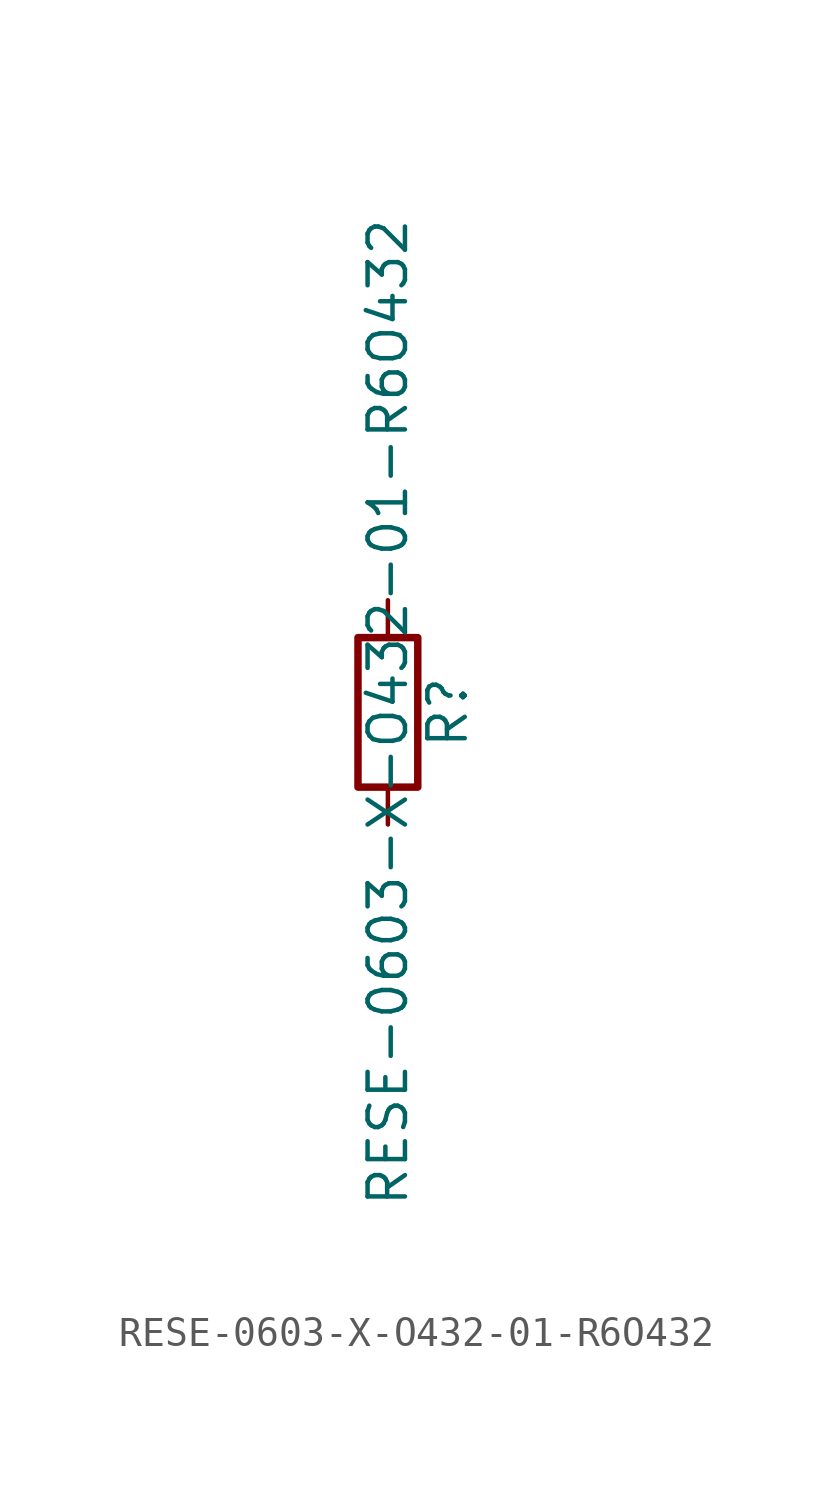
<source format=kicad_sym>
(kicad_symbol_lib
  (version 20211014)
  (generator kicad_symbol_editor)
  (symbol "RESE-0603-X-O432-01-R6O432"
    (pin_numbers hide)
    (pin_names
      (offset 0))
    (property "Reference" "R"
      (at 2.032 0 90)
      (effects (font (size 1.27 1.27))))
    (property "Value" "RESE-0603-X-O432-01-R6O432"
      (at 0 0 90)
      (effects (font (size 1.27 1.27))))
    (symbol "RESE-0603-X-O432-01-R6O432_0_1"
      (rectangle (start -1.016 -2.54) (end 1.016 2.54) (stroke (width 0.254) (type default) (color 0 0 0 0)) (fill (type none))))
    (symbol "RESE-0603-X-O432-01-R6O432_1_1"
      (pin passive line (at 0 3.81 270) (length 1.27) (name "~" (effects (font (size 1.27 1.27)))) (number "1" (effects (font (size 1.27 1.27)))))
      (pin passive line (at 0 -3.81 90) (length 1.27) (name "~" (effects (font (size 1.27 1.27)))) (number "2" (effects (font (size 1.27 1.27))))))))
</source>
